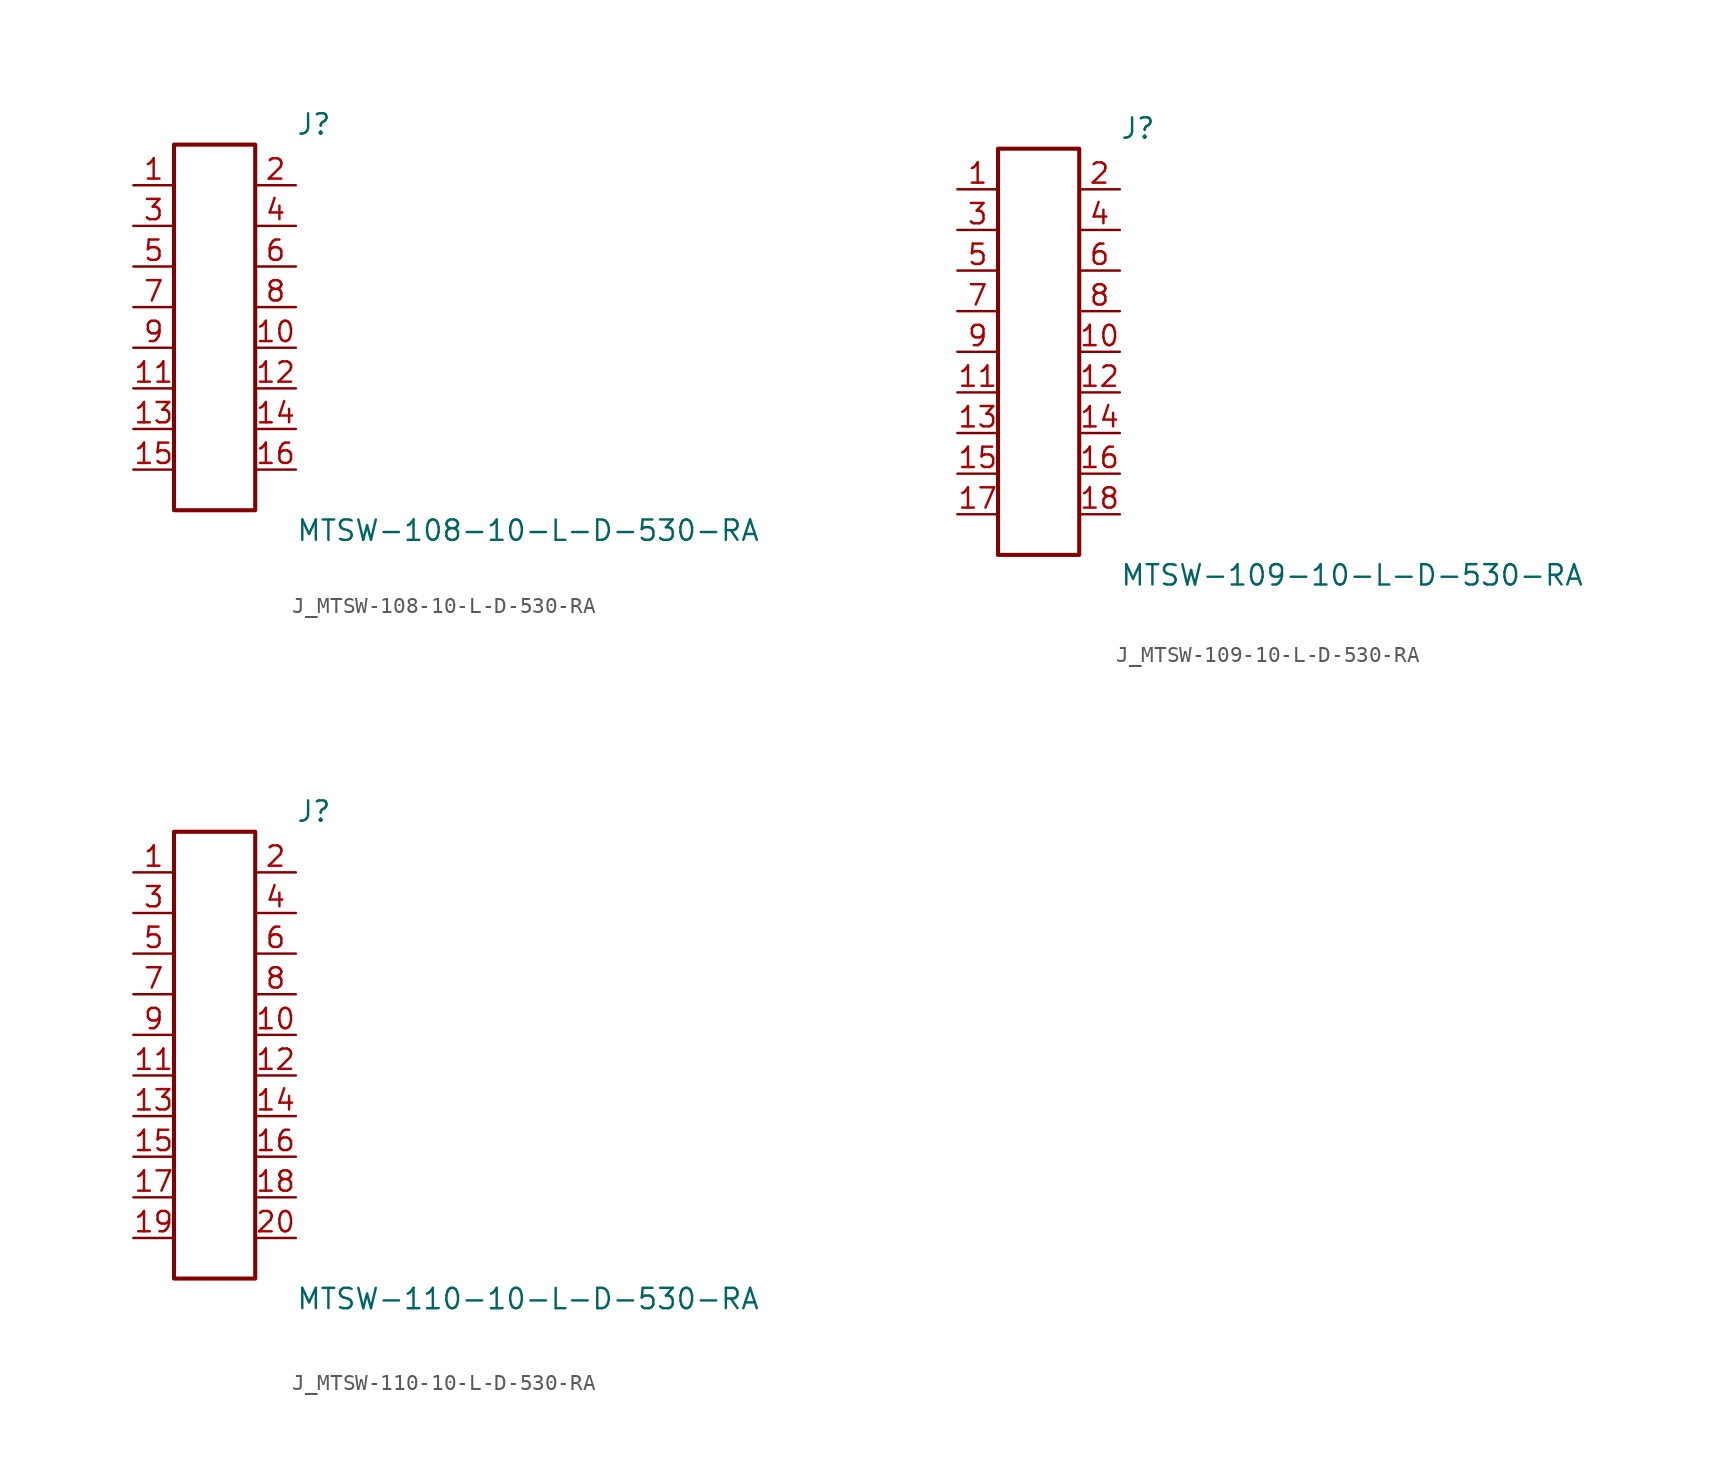
<source format=kicad_sym>
(kicad_symbol_lib
  (version 20231120)
  (generator kicad_symbol_editor)
  (generator_version 8.0)
  (symbol "J_MTSW-108-10-L-D-530-RA"
    (pin_names
      (offset 0.254))
    (property "Reference" "J"
      (at 5.08 12.7 0)
      (effects (font (size 1.27 1.27)) (justify left)))
    (property "Value" "MTSW-108-10-L-D-530-RA"
      (at 5.08 -12.7 0)
      (effects (font (size 1.27 1.27)) (justify left)))
    (symbol "J_MTSW-108-10-L-D-530-RA_0_0"
      (pin passive line (at -5.08 8.89 0) (length 2.54) (name "" (effects (font (size 1.27 1.27)))) (number "1" (effects (font (size 1.27 1.27)))))
      (pin passive line (at 5.08 8.89 180) (length 2.54) (name "" (effects (font (size 1.27 1.27)))) (number "2" (effects (font (size 1.27 1.27)))))
      (pin passive line (at -5.08 6.35 0) (length 2.54) (name "" (effects (font (size 1.27 1.27)))) (number "3" (effects (font (size 1.27 1.27)))))
      (pin passive line (at 5.08 6.35 180) (length 2.54) (name "" (effects (font (size 1.27 1.27)))) (number "4" (effects (font (size 1.27 1.27)))))
      (pin passive line (at -5.08 3.81 0) (length 2.54) (name "" (effects (font (size 1.27 1.27)))) (number "5" (effects (font (size 1.27 1.27)))))
      (pin passive line (at 5.08 3.81 180) (length 2.54) (name "" (effects (font (size 1.27 1.27)))) (number "6" (effects (font (size 1.27 1.27)))))
      (pin passive line (at -5.08 1.27 0) (length 2.54) (name "" (effects (font (size 1.27 1.27)))) (number "7" (effects (font (size 1.27 1.27)))))
      (pin passive line (at 5.08 1.27 180) (length 2.54) (name "" (effects (font (size 1.27 1.27)))) (number "8" (effects (font (size 1.27 1.27)))))
      (pin passive line (at -5.08 -1.27 0) (length 2.54) (name "" (effects (font (size 1.27 1.27)))) (number "9" (effects (font (size 1.27 1.27)))))
      (pin passive line (at 5.08 -1.27 180) (length 2.54) (name "" (effects (font (size 1.27 1.27)))) (number "10" (effects (font (size 1.27 1.27)))))
      (pin passive line (at -5.08 -3.81 0) (length 2.54) (name "" (effects (font (size 1.27 1.27)))) (number "11" (effects (font (size 1.27 1.27)))))
      (pin passive line (at 5.08 -3.81 180) (length 2.54) (name "" (effects (font (size 1.27 1.27)))) (number "12" (effects (font (size 1.27 1.27)))))
      (pin passive line (at -5.08 -6.35 0) (length 2.54) (name "" (effects (font (size 1.27 1.27)))) (number "13" (effects (font (size 1.27 1.27)))))
      (pin passive line (at 5.08 -6.35 180) (length 2.54) (name "" (effects (font (size 1.27 1.27)))) (number "14" (effects (font (size 1.27 1.27)))))
      (pin passive line (at -5.08 -8.89 0) (length 2.54) (name "" (effects (font (size 1.27 1.27)))) (number "15" (effects (font (size 1.27 1.27)))))
      (pin passive line (at 5.08 -8.89 180) (length 2.54) (name "" (effects (font (size 1.27 1.27)))) (number "16" (effects (font (size 1.27 1.27))))))
    (symbol "J_MTSW-108-10-L-D-530-RA_1_0"
      (rectangle (start -2.54 11.43) (end 2.54 -11.43) (stroke (width 0.254) (type solid)) (fill (type none)))))
  (symbol "J_MTSW-109-10-L-D-530-RA"
    (pin_names
      (offset 0.254))
    (property "Reference" "J"
      (at 5.08 13.97 0)
      (effects (font (size 1.27 1.27)) (justify left)))
    (property "Value" "MTSW-109-10-L-D-530-RA"
      (at 5.08 -13.97 0)
      (effects (font (size 1.27 1.27)) (justify left)))
    (symbol "J_MTSW-109-10-L-D-530-RA_0_0"
      (pin passive line (at -5.08 10.16 0) (length 2.54) (name "" (effects (font (size 1.27 1.27)))) (number "1" (effects (font (size 1.27 1.27)))))
      (pin passive line (at 5.08 10.16 180) (length 2.54) (name "" (effects (font (size 1.27 1.27)))) (number "2" (effects (font (size 1.27 1.27)))))
      (pin passive line (at -5.08 7.62 0) (length 2.54) (name "" (effects (font (size 1.27 1.27)))) (number "3" (effects (font (size 1.27 1.27)))))
      (pin passive line (at 5.08 7.62 180) (length 2.54) (name "" (effects (font (size 1.27 1.27)))) (number "4" (effects (font (size 1.27 1.27)))))
      (pin passive line (at -5.08 5.08 0) (length 2.54) (name "" (effects (font (size 1.27 1.27)))) (number "5" (effects (font (size 1.27 1.27)))))
      (pin passive line (at 5.08 5.08 180) (length 2.54) (name "" (effects (font (size 1.27 1.27)))) (number "6" (effects (font (size 1.27 1.27)))))
      (pin passive line (at -5.08 2.54 0) (length 2.54) (name "" (effects (font (size 1.27 1.27)))) (number "7" (effects (font (size 1.27 1.27)))))
      (pin passive line (at 5.08 2.54 180) (length 2.54) (name "" (effects (font (size 1.27 1.27)))) (number "8" (effects (font (size 1.27 1.27)))))
      (pin passive line (at -5.08 0.0 0) (length 2.54) (name "" (effects (font (size 1.27 1.27)))) (number "9" (effects (font (size 1.27 1.27)))))
      (pin passive line (at 5.08 0.0 180) (length 2.54) (name "" (effects (font (size 1.27 1.27)))) (number "10" (effects (font (size 1.27 1.27)))))
      (pin passive line (at -5.08 -2.54 0) (length 2.54) (name "" (effects (font (size 1.27 1.27)))) (number "11" (effects (font (size 1.27 1.27)))))
      (pin passive line (at 5.08 -2.54 180) (length 2.54) (name "" (effects (font (size 1.27 1.27)))) (number "12" (effects (font (size 1.27 1.27)))))
      (pin passive line (at -5.08 -5.08 0) (length 2.54) (name "" (effects (font (size 1.27 1.27)))) (number "13" (effects (font (size 1.27 1.27)))))
      (pin passive line (at 5.08 -5.08 180) (length 2.54) (name "" (effects (font (size 1.27 1.27)))) (number "14" (effects (font (size 1.27 1.27)))))
      (pin passive line (at -5.08 -7.62 0) (length 2.54) (name "" (effects (font (size 1.27 1.27)))) (number "15" (effects (font (size 1.27 1.27)))))
      (pin passive line (at 5.08 -7.62 180) (length 2.54) (name "" (effects (font (size 1.27 1.27)))) (number "16" (effects (font (size 1.27 1.27)))))
      (pin passive line (at -5.08 -10.16 0) (length 2.54) (name "" (effects (font (size 1.27 1.27)))) (number "17" (effects (font (size 1.27 1.27)))))
      (pin passive line (at 5.08 -10.16 180) (length 2.54) (name "" (effects (font (size 1.27 1.27)))) (number "18" (effects (font (size 1.27 1.27))))))
    (symbol "J_MTSW-109-10-L-D-530-RA_1_0"
      (rectangle (start -2.54 12.7) (end 2.54 -12.7) (stroke (width 0.254) (type solid)) (fill (type none)))))
  (symbol "J_MTSW-110-10-L-D-530-RA"
    (pin_names
      (offset 0.254))
    (property "Reference" "J"
      (at 5.08 15.24 0)
      (effects (font (size 1.27 1.27)) (justify left)))
    (property "Value" "MTSW-110-10-L-D-530-RA"
      (at 5.08 -15.24 0)
      (effects (font (size 1.27 1.27)) (justify left)))
    (symbol "J_MTSW-110-10-L-D-530-RA_0_0"
      (pin passive line (at -5.08 11.43 0) (length 2.54) (name "" (effects (font (size 1.27 1.27)))) (number "1" (effects (font (size 1.27 1.27)))))
      (pin passive line (at 5.08 11.43 180) (length 2.54) (name "" (effects (font (size 1.27 1.27)))) (number "2" (effects (font (size 1.27 1.27)))))
      (pin passive line (at -5.08 8.89 0) (length 2.54) (name "" (effects (font (size 1.27 1.27)))) (number "3" (effects (font (size 1.27 1.27)))))
      (pin passive line (at 5.08 8.89 180) (length 2.54) (name "" (effects (font (size 1.27 1.27)))) (number "4" (effects (font (size 1.27 1.27)))))
      (pin passive line (at -5.08 6.35 0) (length 2.54) (name "" (effects (font (size 1.27 1.27)))) (number "5" (effects (font (size 1.27 1.27)))))
      (pin passive line (at 5.08 6.35 180) (length 2.54) (name "" (effects (font (size 1.27 1.27)))) (number "6" (effects (font (size 1.27 1.27)))))
      (pin passive line (at -5.08 3.81 0) (length 2.54) (name "" (effects (font (size 1.27 1.27)))) (number "7" (effects (font (size 1.27 1.27)))))
      (pin passive line (at 5.08 3.81 180) (length 2.54) (name "" (effects (font (size 1.27 1.27)))) (number "8" (effects (font (size 1.27 1.27)))))
      (pin passive line (at -5.08 1.27 0) (length 2.54) (name "" (effects (font (size 1.27 1.27)))) (number "9" (effects (font (size 1.27 1.27)))))
      (pin passive line (at 5.08 1.27 180) (length 2.54) (name "" (effects (font (size 1.27 1.27)))) (number "10" (effects (font (size 1.27 1.27)))))
      (pin passive line (at -5.08 -1.27 0) (length 2.54) (name "" (effects (font (size 1.27 1.27)))) (number "11" (effects (font (size 1.27 1.27)))))
      (pin passive line (at 5.08 -1.27 180) (length 2.54) (name "" (effects (font (size 1.27 1.27)))) (number "12" (effects (font (size 1.27 1.27)))))
      (pin passive line (at -5.08 -3.81 0) (length 2.54) (name "" (effects (font (size 1.27 1.27)))) (number "13" (effects (font (size 1.27 1.27)))))
      (pin passive line (at 5.08 -3.81 180) (length 2.54) (name "" (effects (font (size 1.27 1.27)))) (number "14" (effects (font (size 1.27 1.27)))))
      (pin passive line (at -5.08 -6.35 0) (length 2.54) (name "" (effects (font (size 1.27 1.27)))) (number "15" (effects (font (size 1.27 1.27)))))
      (pin passive line (at 5.08 -6.35 180) (length 2.54) (name "" (effects (font (size 1.27 1.27)))) (number "16" (effects (font (size 1.27 1.27)))))
      (pin passive line (at -5.08 -8.89 0) (length 2.54) (name "" (effects (font (size 1.27 1.27)))) (number "17" (effects (font (size 1.27 1.27)))))
      (pin passive line (at 5.08 -8.89 180) (length 2.54) (name "" (effects (font (size 1.27 1.27)))) (number "18" (effects (font (size 1.27 1.27)))))
      (pin passive line (at -5.08 -11.43 0) (length 2.54) (name "" (effects (font (size 1.27 1.27)))) (number "19" (effects (font (size 1.27 1.27)))))
      (pin passive line (at 5.08 -11.43 180) (length 2.54) (name "" (effects (font (size 1.27 1.27)))) (number "20" (effects (font (size 1.27 1.27))))))
    (symbol "J_MTSW-110-10-L-D-530-RA_1_0"
      (rectangle (start -2.54 13.97) (end 2.54 -13.97) (stroke (width 0.254) (type solid)) (fill (type none))))))
</source>
